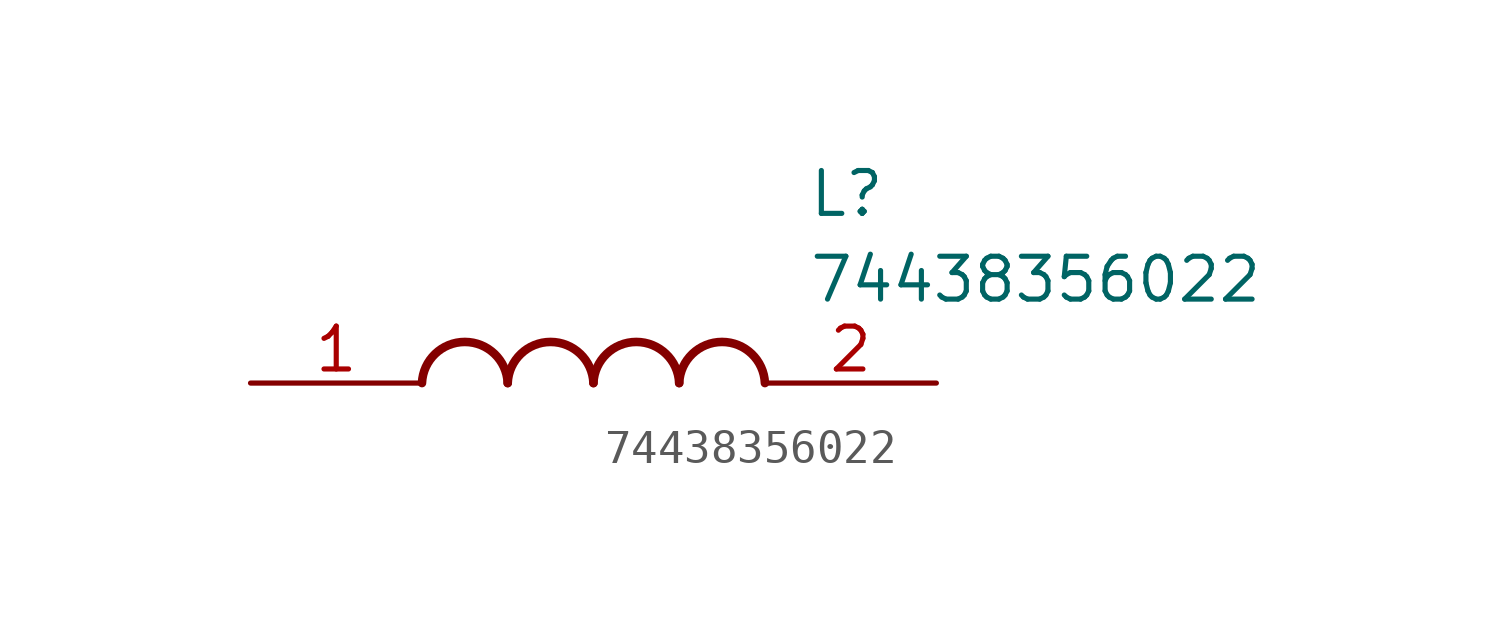
<source format=kicad_sym>
(kicad_symbol_lib
  (version 20211014)
  (generator SamacSys_ECAD_Model)
  (symbol "74438356022"
    (pin_names hide)
    (property "Reference" "L"
      (at 16.51 6.35 0)
      (effects (font (size 1.27 1.27)) (justify left top)))
    (property "Value" "74438356022"
      (at 16.51 3.81 0)
      (effects (font (size 1.27 1.27)) (justify left top)))
    (arc
      (start 7.62 0)
      (mid 6.35 1.219)
      (end 5.08 0)
      (stroke (width 0.254) (type default))
      (fill (type none)))
    (arc
      (start 10.16 0)
      (mid 8.89 1.219)
      (end 7.62 0)
      (stroke (width 0.254) (type default))
      (fill (type none)))
    (arc
      (start 12.7 0)
      (mid 11.43 1.219)
      (end 10.16 0)
      (stroke (width 0.254) (type default))
      (fill (type none)))
    (arc
      (start 15.24 0)
      (mid 13.97 1.219)
      (end 12.7 0)
      (stroke (width 0.254) (type default))
      (fill (type none)))
    (pin passive line
      (at 0 0 0)
      (length 5.08)
      (name "1" (effects (font (size 1.27 1.27))))
      (number "1" (effects (font (size 1.27 1.27)))))
    (pin passive line
      (at 20.32 0 180)
      (length 5.08)
      (name "2" (effects (font (size 1.27 1.27))))
      (number "2" (effects (font (size 1.27 1.27)))))))
</source>
